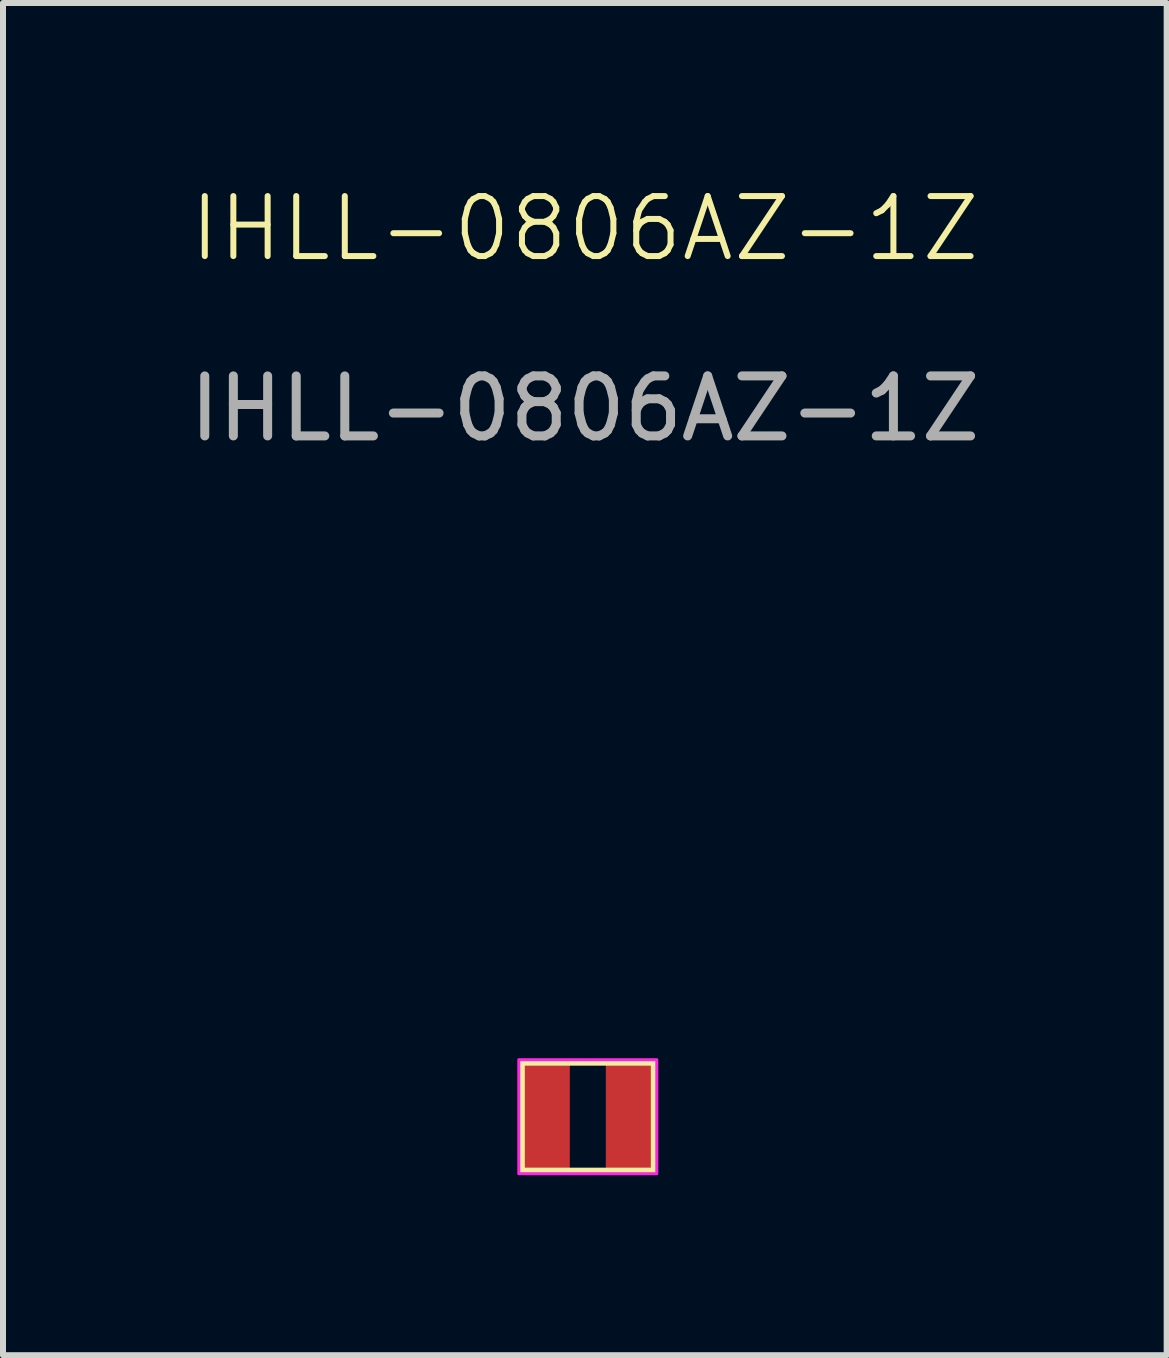
<source format=kicad_pcb>
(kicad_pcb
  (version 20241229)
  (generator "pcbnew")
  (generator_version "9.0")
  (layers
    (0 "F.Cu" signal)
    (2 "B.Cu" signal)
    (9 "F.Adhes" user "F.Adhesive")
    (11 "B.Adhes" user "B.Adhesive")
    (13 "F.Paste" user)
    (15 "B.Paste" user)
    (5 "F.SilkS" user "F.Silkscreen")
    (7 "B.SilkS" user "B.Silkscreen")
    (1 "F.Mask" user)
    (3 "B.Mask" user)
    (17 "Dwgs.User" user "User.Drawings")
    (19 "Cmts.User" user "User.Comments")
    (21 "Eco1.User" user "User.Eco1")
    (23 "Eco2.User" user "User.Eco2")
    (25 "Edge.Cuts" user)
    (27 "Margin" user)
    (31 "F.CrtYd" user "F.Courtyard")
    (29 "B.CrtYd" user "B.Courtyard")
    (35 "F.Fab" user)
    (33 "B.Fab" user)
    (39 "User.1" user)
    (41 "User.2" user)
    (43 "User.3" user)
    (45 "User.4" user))
  (footprint "IHLL-0806AZ-1Z"
    (layer "F.Cu")
    (at 6.746 15.56)
    (property "Reference" "IHLL-0806AZ-1Z" (at -0.05 -14.8 0) (unlocked yes) (layer "F.SilkS") (effects (font (size 1 1) (thickness 0.1))))
    (attr smd)
    (fp_rect (start -1.1 -0.9) (end 1.1 0.9) (stroke (width 0.1) (type default)) (fill no) (layer "F.SilkS"))
    (fp_rect (start -1.15 -0.95) (end 1.15 0.95) (stroke (width 0.05) (type default)) (fill no) (layer "F.CrtYd"))
    (fp_text user "${REFERENCE}" (at -0.05 -11.8 0) (unlocked yes) (layer "F.Fab") (effects (font (size 1 1) (thickness 0.15))))
    (pad "1" smd rect (at -0.7 0) (size 0.8 1.8) (layers "F.Cu" "F.Mask" "F.Paste"))
    (pad "2" smd rect (at 0.7 0) (size 0.8 1.8) (layers "F.Cu" "F.Mask" "F.Paste")))
  (gr_rect
    (start -3 -3)
    (end 16.393 19.535)
    (stroke (width 0.1) (type default))
    (fill no)
    (layer "Edge.Cuts")))
</source>
